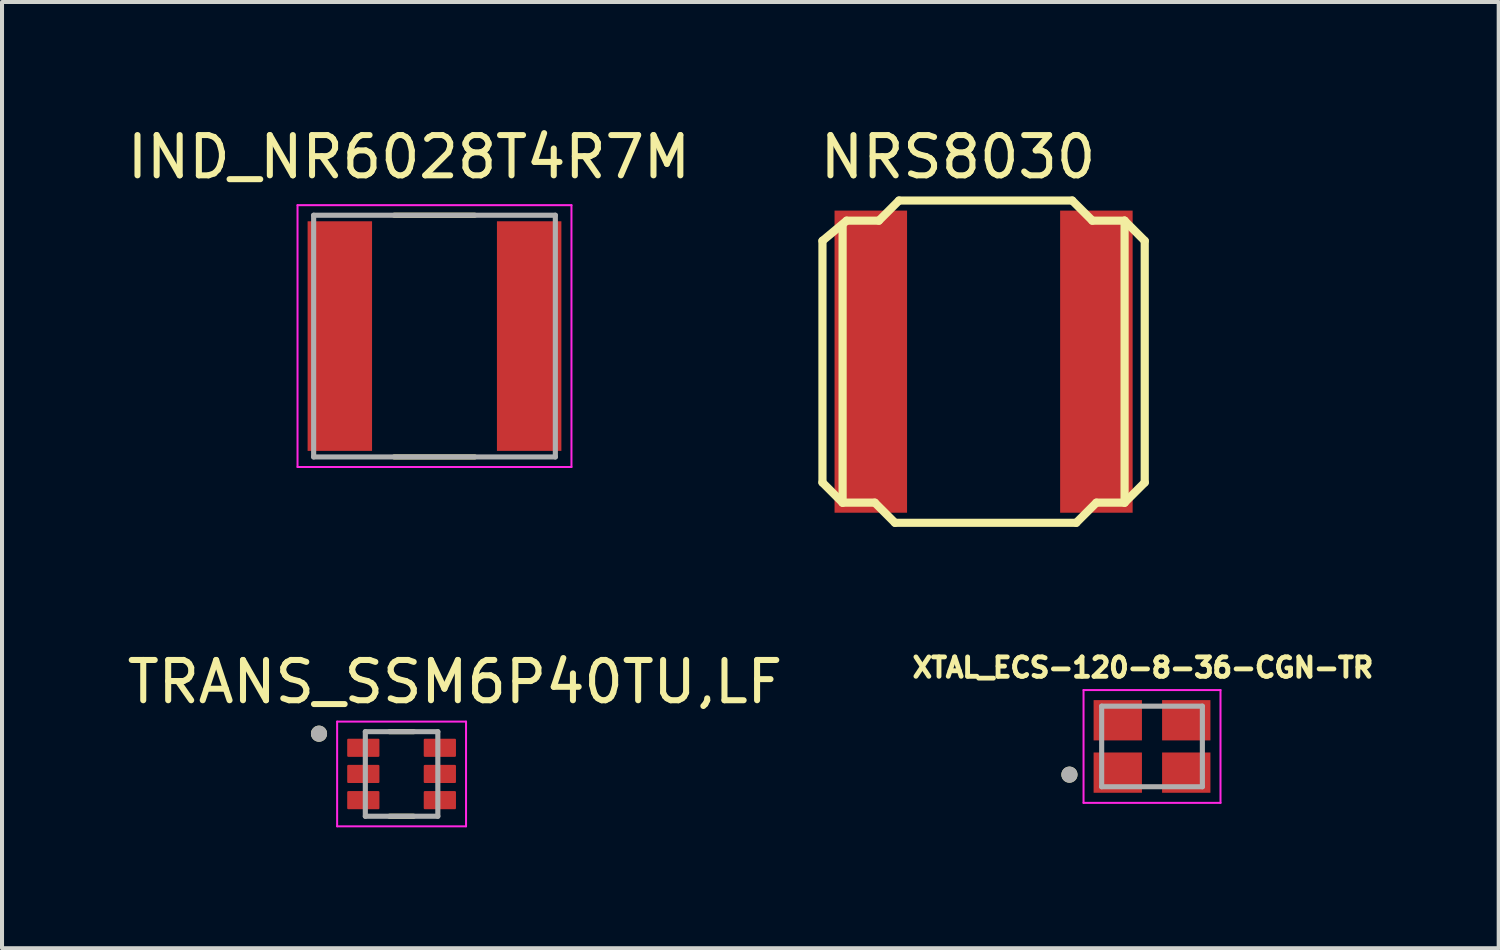
<source format=kicad_pcb>
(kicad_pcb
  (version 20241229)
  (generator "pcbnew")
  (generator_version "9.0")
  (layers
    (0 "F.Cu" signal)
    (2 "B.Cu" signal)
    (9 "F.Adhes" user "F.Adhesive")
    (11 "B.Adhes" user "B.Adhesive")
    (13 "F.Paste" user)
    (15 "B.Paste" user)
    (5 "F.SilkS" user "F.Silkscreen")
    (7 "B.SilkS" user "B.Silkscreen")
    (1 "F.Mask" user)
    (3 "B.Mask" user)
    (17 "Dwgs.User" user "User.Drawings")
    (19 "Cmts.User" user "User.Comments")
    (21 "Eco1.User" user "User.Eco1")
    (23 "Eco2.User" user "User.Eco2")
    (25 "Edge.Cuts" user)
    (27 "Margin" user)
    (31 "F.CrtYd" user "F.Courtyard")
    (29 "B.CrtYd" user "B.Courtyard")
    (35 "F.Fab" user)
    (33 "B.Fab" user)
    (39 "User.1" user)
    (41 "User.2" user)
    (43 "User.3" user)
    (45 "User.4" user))
  (footprint "TRANS_SSM6P40TU,LF"
    (layer "F.Cu")
    (at 6.919 16.163)
    (property "Reference" "TRANS_SSM6P40TU,LF" (at 1.325 -2.285 0) (layer "F.SilkS") (effects (font (size 1 1) (thickness 0.15))))
    (attr through_hole)
    (fp_line (start -0.3 -1.05) (end 0.3 -1.05) (stroke (width 0.127) (type solid)) (layer "F.SilkS"))
    (fp_line (start 0.3 1.05) (end -0.3 1.05) (stroke (width 0.127) (type solid)) (layer "F.SilkS"))
    (fp_circle (center -2.05 -1) (end -1.95 -1) (stroke (width 0.2) (type solid)) (fill no) (layer "F.SilkS"))
    (fp_line (start -1.6 -1.3) (end -1.6 1.3) (stroke (width 0.05) (type solid)) (layer "F.CrtYd"))
    (fp_line (start -1.6 1.3) (end 1.6 1.3) (stroke (width 0.05) (type solid)) (layer "F.CrtYd"))
    (fp_line (start 1.6 -1.3) (end -1.6 -1.3) (stroke (width 0.05) (type solid)) (layer "F.CrtYd"))
    (fp_line (start 1.6 1.3) (end 1.6 -1.3) (stroke (width 0.05) (type solid)) (layer "F.CrtYd"))
    (fp_line (start -0.9 -1.05) (end -0.9 1.05) (stroke (width 0.127) (type solid)) (layer "F.Fab"))
    (fp_line (start -0.9 1.05) (end 0.9 1.05) (stroke (width 0.127) (type solid)) (layer "F.Fab"))
    (fp_line (start 0.9 -1.05) (end -0.9 -1.05) (stroke (width 0.127) (type solid)) (layer "F.Fab"))
    (fp_line (start 0.9 1.05) (end 0.9 -1.05) (stroke (width 0.127) (type solid)) (layer "F.Fab"))
    (fp_circle (center -2.05 -1) (end -1.95 -1) (stroke (width 0.2) (type solid)) (fill no) (layer "F.Fab"))
    (pad "1" smd roundrect (at -0.95 -0.65) (size 0.8 0.45) (layers "F.Cu" "F.Mask" "F.Paste") (roundrect_rratio 0.06))
    (pad "2" smd roundrect (at -0.95 0) (size 0.8 0.45) (layers "F.Cu" "F.Mask" "F.Paste") (roundrect_rratio 0.06))
    (pad "3" smd roundrect (at -0.95 0.65) (size 0.8 0.45) (layers "F.Cu" "F.Mask" "F.Paste") (roundrect_rratio 0.06))
    (pad "4" smd roundrect (at 0.95 0.65) (size 0.8 0.45) (layers "F.Cu" "F.Mask" "F.Paste") (roundrect_rratio 0.06))
    (pad "5" smd roundrect (at 0.95 0) (size 0.8 0.45) (layers "F.Cu" "F.Mask" "F.Paste") (roundrect_rratio 0.06))
    (pad "6" smd roundrect (at 0.95 -0.65) (size 0.8 0.45) (layers "F.Cu" "F.Mask" "F.Paste") (roundrect_rratio 0.06)))
  (footprint "IND_NR6028T4R7M"
    (layer "F.Cu")
    (at 7.736 5.293)
    (property "Reference" "IND_NR6028T4R7M" (at -0.635 -4.445 0) (layer "F.SilkS") (effects (font (size 1 1) (thickness 0.15))))
    (attr through_hole)
    (fp_line (start -1 -3) (end 1 -3) (stroke (width 0.127) (type solid)) (layer "F.SilkS"))
    (fp_line (start -1 3) (end 1 3) (stroke (width 0.127) (type solid)) (layer "F.SilkS"))
    (fp_line (start -3.4 -3.25) (end 3.4 -3.25) (stroke (width 0.05) (type solid)) (layer "F.CrtYd"))
    (fp_line (start -3.4 3.25) (end -3.4 -3.25) (stroke (width 0.05) (type solid)) (layer "F.CrtYd"))
    (fp_line (start 3.4 -3.25) (end 3.4 3.25) (stroke (width 0.05) (type solid)) (layer "F.CrtYd"))
    (fp_line (start 3.4 3.25) (end -3.4 3.25) (stroke (width 0.05) (type solid)) (layer "F.CrtYd"))
    (fp_line (start -3 -3) (end 3 -3) (stroke (width 0.127) (type solid)) (layer "F.Fab"))
    (fp_line (start -3 3) (end -3 -3) (stroke (width 0.127) (type solid)) (layer "F.Fab"))
    (fp_line (start 3 -3) (end 3 3) (stroke (width 0.127) (type solid)) (layer "F.Fab"))
    (fp_line (start 3 3) (end -3 3) (stroke (width 0.127) (type solid)) (layer "F.Fab"))
    (pad "1" smd rect (at -2.35 0) (size 1.6 5.7) (layers "F.Cu" "F.Mask" "F.Paste"))
    (pad "2" smd rect (at 2.35 0) (size 1.6 5.7) (layers "F.Cu" "F.Mask" "F.Paste")))
  (footprint "NRS8030"
    (layer "F.Cu")
    (at 21.367 5.928)
    (property "Reference" "NRS8030" (at -0.635 -5.08 0) (layer "F.SilkS") (effects (font (size 1 1) (thickness 0.15))))
    (attr through_hole)
    (fp_line (start -4 -3) (end -3.4 -3.5) (stroke (width 0.203) (type solid)) (layer "F.SilkS"))
    (fp_line (start -4 3) (end -4 -3) (stroke (width 0.203) (type solid)) (layer "F.SilkS"))
    (fp_line (start -3.5 -3.4) (end -3.4 -3.5) (stroke (width 0.127) (type solid)) (layer "F.SilkS"))
    (fp_line (start -3.5 3.5) (end -4 3) (stroke (width 0.203) (type solid)) (layer "F.SilkS"))
    (fp_line (start -3.5 3.5) (end -3.5 -3.4) (stroke (width 0.203) (type solid)) (layer "F.SilkS"))
    (fp_line (start -3.4 -3.5) (end -2.6 -3.5) (stroke (width 0.203) (type solid)) (layer "F.SilkS"))
    (fp_line (start -2.7 3.5) (end -3.5 3.5) (stroke (width 0.203) (type solid)) (layer "F.SilkS"))
    (fp_line (start -2.6 -3.5) (end -2.1 -4) (stroke (width 0.203) (type solid)) (layer "F.SilkS"))
    (fp_line (start -2.2 4) (end -2.7 3.5) (stroke (width 0.203) (type solid)) (layer "F.SilkS"))
    (fp_line (start -2.1 -4) (end 2.2 -4) (stroke (width 0.203) (type solid)) (layer "F.SilkS"))
    (fp_line (start 2.2 -4) (end 2.7 -3.5) (stroke (width 0.203) (type solid)) (layer "F.SilkS"))
    (fp_line (start 2.3 4) (end -2.2 4) (stroke (width 0.203) (type solid)) (layer "F.SilkS"))
    (fp_line (start 2.7 -3.5) (end 3.5 -3.5) (stroke (width 0.203) (type solid)) (layer "F.SilkS"))
    (fp_line (start 2.8 3.5) (end 2.3 4) (stroke (width 0.203) (type solid)) (layer "F.SilkS"))
    (fp_line (start 3.5 -3.5) (end 4 -3) (stroke (width 0.203) (type solid)) (layer "F.SilkS"))
    (fp_line (start 3.5 3.5) (end 2.8 3.5) (stroke (width 0.203) (type solid)) (layer "F.SilkS"))
    (fp_line (start 3.5 3.5) (end 3.5 -3.5) (stroke (width 0.203) (type solid)) (layer "F.SilkS"))
    (fp_line (start 4 -3) (end 4 3) (stroke (width 0.203) (type solid)) (layer "F.SilkS"))
    (fp_line (start 4 3) (end 3.5 3.5) (stroke (width 0.203) (type solid)) (layer "F.SilkS"))
    (pad "1" smd rect (at -2.8 0) (size 1.8 7.5) (layers "F.Cu" "F.Mask" "F.Paste"))
    (pad "2" smd rect (at 2.8 0) (size 1.8 7.5) (layers "F.Cu" "F.Mask" "F.Paste")))
  (footprint "XTAL_ECS-120-8-36-CGN-TR"
    (layer "F.Cu")
    (at 25.548 15.48)
    (property "Reference" "XTAL_ECS-120-8-36-CGN-TR" (at -0.226 -1.958 0) (layer "F.SilkS") (effects (font (size 0.481 0.481) (thickness 0.15))))
    (attr smd)
    (fp_circle (center -2.05 0.7) (end -1.95 0.7) (stroke (width 0.2) (type solid)) (fill no) (layer "F.SilkS"))
    (fp_line (start -1.7 -1.4) (end -1.7 1.4) (stroke (width 0.05) (type solid)) (layer "F.CrtYd"))
    (fp_line (start -1.7 1.4) (end 1.7 1.4) (stroke (width 0.05) (type solid)) (layer "F.CrtYd"))
    (fp_line (start 1.7 -1.4) (end -1.7 -1.4) (stroke (width 0.05) (type solid)) (layer "F.CrtYd"))
    (fp_line (start 1.7 1.4) (end 1.7 -1.4) (stroke (width 0.05) (type solid)) (layer "F.CrtYd"))
    (fp_line (start -1.25 -1) (end -1.25 1) (stroke (width 0.127) (type solid)) (layer "F.Fab"))
    (fp_line (start -1.25 1) (end 1.25 1) (stroke (width 0.127) (type solid)) (layer "F.Fab"))
    (fp_line (start 1.25 -1) (end -1.25 -1) (stroke (width 0.127) (type solid)) (layer "F.Fab"))
    (fp_line (start 1.25 1) (end 1.25 -1) (stroke (width 0.127) (type solid)) (layer "F.Fab"))
    (fp_circle (center -2.05 0.7) (end -1.95 0.7) (stroke (width 0.2) (type solid)) (fill no) (layer "F.Fab"))
    (pad "1" smd rect (at -0.85 0.65 90) (size 1 1.2) (layers "F.Cu" "F.Mask" "F.Paste"))
    (pad "2" smd rect (at 0.85 0.65 90) (size 1 1.2) (layers "F.Cu" "F.Mask" "F.Paste"))
    (pad "3" smd rect (at 0.85 -0.65 90) (size 1 1.2) (layers "F.Cu" "F.Mask" "F.Paste"))
    (pad "4" smd rect (at -0.85 -0.65 90) (size 1 1.2) (layers "F.Cu" "F.Mask" "F.Paste")))
  (gr_rect
    (start -3 -3)
    (end 34.154 20.488)
    (stroke (width 0.1) (type default))
    (fill no)
    (layer "Edge.Cuts")))
</source>
